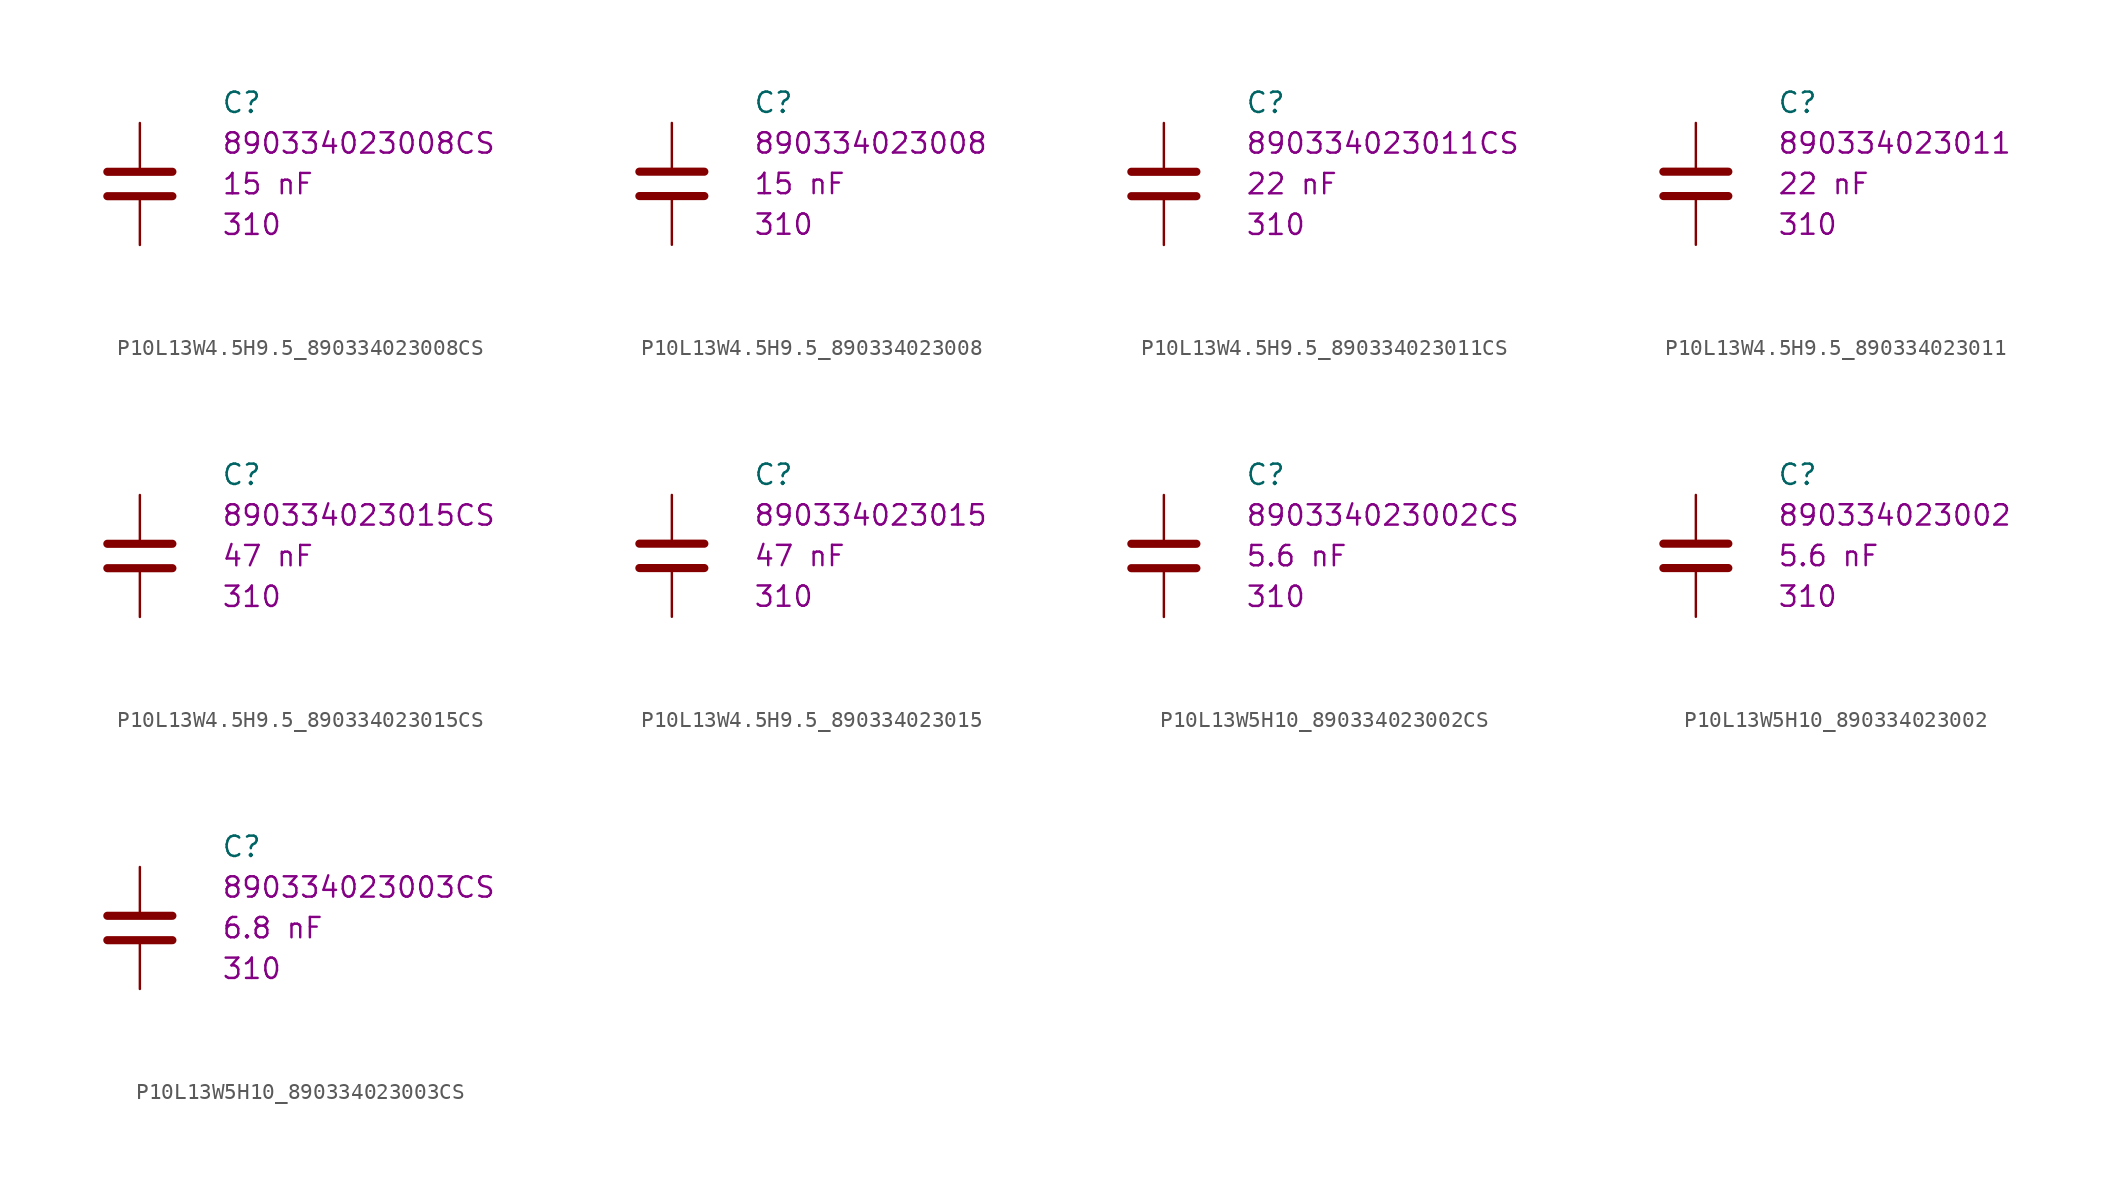
<source format=kicad_sym>
(kicad_symbol_lib
  (version 20220914)
  (generator kicad_symbol_editor)
  (symbol "P10L13W4.5H9.5_890334023008CS"
    (pin_numbers hide)
    (pin_names hide)
    (property "Reference" "C"
      (at 5.08 5.08 0)
      (effects (font (size 1.27 1.27)) (justify left)))
    (property "Part Number" "890334023008CS"
      (at 5.08 2.54 0)
      (effects (font (size 1.27 1.27)) (justify left)))
    (property "Capacitance" "15 nF"
      (at 5.08 0 0)
      (effects (font (size 1.27 1.27)) (justify left)))
    (property "Voltage" "310"
      (at 5.08 -2.54 0)
      (effects (font (size 1.27 1.27)) (justify left)))
    (property "Critical Parameter" ""
      (at 0 -7.62 0)
      (effects (font (size 1.27 1.27))))
    (symbol "P10L13W4.5H9.5_890334023008CS_0_1"
      (polyline (pts (xy -2.032 -0.762) (xy 2.032 -0.762)) (stroke (width 0.508) (type default)) (fill (type none)))
      (polyline (pts (xy -2.032 0.762) (xy 2.032 0.762)) (stroke (width 0.508) (type default)) (fill (type none))))
    (symbol "P10L13W4.5H9.5_890334023008CS_1_1"
      (pin passive line (at 0 3.81 270) (length 2.794) (name "1" (effects (font (size 1.27 1.27)))) (number "1" (effects (font (size 1.27 1.27)))))
      (pin passive line (at 0 -3.81 90) (length 2.794) (name "2" (effects (font (size 1.27 1.27)))) (number "2" (effects (font (size 1.27 1.27)))))))
  (symbol "P10L13W4.5H9.5_890334023008"
    (pin_numbers hide)
    (pin_names hide)
    (property "Reference" "C"
      (at 5.08 5.08 0)
      (effects (font (size 1.27 1.27)) (justify left)))
    (property "Part Number" "890334023008"
      (at 5.08 2.54 0)
      (effects (font (size 1.27 1.27)) (justify left)))
    (property "Capacitance" "15 nF"
      (at 5.08 0 0)
      (effects (font (size 1.27 1.27)) (justify left)))
    (property "Voltage" "310"
      (at 5.08 -2.54 0)
      (effects (font (size 1.27 1.27)) (justify left)))
    (property "Critical Parameter" ""
      (at 0 -7.62 0)
      (effects (font (size 1.27 1.27))))
    (symbol "P10L13W4.5H9.5_890334023008_0_1"
      (polyline (pts (xy -2.032 -0.762) (xy 2.032 -0.762)) (stroke (width 0.508) (type default)) (fill (type none)))
      (polyline (pts (xy -2.032 0.762) (xy 2.032 0.762)) (stroke (width 0.508) (type default)) (fill (type none))))
    (symbol "P10L13W4.5H9.5_890334023008_1_1"
      (pin passive line (at 0 3.81 270) (length 2.794) (name "1" (effects (font (size 1.27 1.27)))) (number "1" (effects (font (size 1.27 1.27)))))
      (pin passive line (at 0 -3.81 90) (length 2.794) (name "2" (effects (font (size 1.27 1.27)))) (number "2" (effects (font (size 1.27 1.27)))))))
  (symbol "P10L13W4.5H9.5_890334023011CS"
    (pin_numbers hide)
    (pin_names hide)
    (property "Reference" "C"
      (at 5.08 5.08 0)
      (effects (font (size 1.27 1.27)) (justify left)))
    (property "Part Number" "890334023011CS"
      (at 5.08 2.54 0)
      (effects (font (size 1.27 1.27)) (justify left)))
    (property "Capacitance" "22 nF"
      (at 5.08 0 0)
      (effects (font (size 1.27 1.27)) (justify left)))
    (property "Voltage" "310"
      (at 5.08 -2.54 0)
      (effects (font (size 1.27 1.27)) (justify left)))
    (property "Critical Parameter" ""
      (at 0 -7.62 0)
      (effects (font (size 1.27 1.27))))
    (symbol "P10L13W4.5H9.5_890334023011CS_0_1"
      (polyline (pts (xy -2.032 -0.762) (xy 2.032 -0.762)) (stroke (width 0.508) (type default)) (fill (type none)))
      (polyline (pts (xy -2.032 0.762) (xy 2.032 0.762)) (stroke (width 0.508) (type default)) (fill (type none))))
    (symbol "P10L13W4.5H9.5_890334023011CS_1_1"
      (pin passive line (at 0 3.81 270) (length 2.794) (name "1" (effects (font (size 1.27 1.27)))) (number "1" (effects (font (size 1.27 1.27)))))
      (pin passive line (at 0 -3.81 90) (length 2.794) (name "2" (effects (font (size 1.27 1.27)))) (number "2" (effects (font (size 1.27 1.27)))))))
  (symbol "P10L13W4.5H9.5_890334023011"
    (pin_numbers hide)
    (pin_names hide)
    (property "Reference" "C"
      (at 5.08 5.08 0)
      (effects (font (size 1.27 1.27)) (justify left)))
    (property "Part Number" "890334023011"
      (at 5.08 2.54 0)
      (effects (font (size 1.27 1.27)) (justify left)))
    (property "Capacitance" "22 nF"
      (at 5.08 0 0)
      (effects (font (size 1.27 1.27)) (justify left)))
    (property "Voltage" "310"
      (at 5.08 -2.54 0)
      (effects (font (size 1.27 1.27)) (justify left)))
    (property "Critical Parameter" ""
      (at 0 -7.62 0)
      (effects (font (size 1.27 1.27))))
    (symbol "P10L13W4.5H9.5_890334023011_0_1"
      (polyline (pts (xy -2.032 -0.762) (xy 2.032 -0.762)) (stroke (width 0.508) (type default)) (fill (type none)))
      (polyline (pts (xy -2.032 0.762) (xy 2.032 0.762)) (stroke (width 0.508) (type default)) (fill (type none))))
    (symbol "P10L13W4.5H9.5_890334023011_1_1"
      (pin passive line (at 0 3.81 270) (length 2.794) (name "1" (effects (font (size 1.27 1.27)))) (number "1" (effects (font (size 1.27 1.27)))))
      (pin passive line (at 0 -3.81 90) (length 2.794) (name "2" (effects (font (size 1.27 1.27)))) (number "2" (effects (font (size 1.27 1.27)))))))
  (symbol "P10L13W4.5H9.5_890334023015CS"
    (pin_numbers hide)
    (pin_names hide)
    (property "Reference" "C"
      (at 5.08 5.08 0)
      (effects (font (size 1.27 1.27)) (justify left)))
    (property "Part Number" "890334023015CS"
      (at 5.08 2.54 0)
      (effects (font (size 1.27 1.27)) (justify left)))
    (property "Capacitance" "47 nF"
      (at 5.08 0 0)
      (effects (font (size 1.27 1.27)) (justify left)))
    (property "Voltage" "310"
      (at 5.08 -2.54 0)
      (effects (font (size 1.27 1.27)) (justify left)))
    (property "Critical Parameter" ""
      (at 0 -7.62 0)
      (effects (font (size 1.27 1.27))))
    (symbol "P10L13W4.5H9.5_890334023015CS_0_1"
      (polyline (pts (xy -2.032 -0.762) (xy 2.032 -0.762)) (stroke (width 0.508) (type default)) (fill (type none)))
      (polyline (pts (xy -2.032 0.762) (xy 2.032 0.762)) (stroke (width 0.508) (type default)) (fill (type none))))
    (symbol "P10L13W4.5H9.5_890334023015CS_1_1"
      (pin passive line (at 0 3.81 270) (length 2.794) (name "1" (effects (font (size 1.27 1.27)))) (number "1" (effects (font (size 1.27 1.27)))))
      (pin passive line (at 0 -3.81 90) (length 2.794) (name "2" (effects (font (size 1.27 1.27)))) (number "2" (effects (font (size 1.27 1.27)))))))
  (symbol "P10L13W4.5H9.5_890334023015"
    (pin_numbers hide)
    (pin_names hide)
    (property "Reference" "C"
      (at 5.08 5.08 0)
      (effects (font (size 1.27 1.27)) (justify left)))
    (property "Part Number" "890334023015"
      (at 5.08 2.54 0)
      (effects (font (size 1.27 1.27)) (justify left)))
    (property "Capacitance" "47 nF"
      (at 5.08 0 0)
      (effects (font (size 1.27 1.27)) (justify left)))
    (property "Voltage" "310"
      (at 5.08 -2.54 0)
      (effects (font (size 1.27 1.27)) (justify left)))
    (property "Critical Parameter" ""
      (at 0 -7.62 0)
      (effects (font (size 1.27 1.27))))
    (symbol "P10L13W4.5H9.5_890334023015_0_1"
      (polyline (pts (xy -2.032 -0.762) (xy 2.032 -0.762)) (stroke (width 0.508) (type default)) (fill (type none)))
      (polyline (pts (xy -2.032 0.762) (xy 2.032 0.762)) (stroke (width 0.508) (type default)) (fill (type none))))
    (symbol "P10L13W4.5H9.5_890334023015_1_1"
      (pin passive line (at 0 3.81 270) (length 2.794) (name "1" (effects (font (size 1.27 1.27)))) (number "1" (effects (font (size 1.27 1.27)))))
      (pin passive line (at 0 -3.81 90) (length 2.794) (name "2" (effects (font (size 1.27 1.27)))) (number "2" (effects (font (size 1.27 1.27)))))))
  (symbol "P10L13W5H10_890334023002CS"
    (pin_numbers hide)
    (pin_names hide)
    (property "Reference" "C"
      (at 5.08 5.08 0)
      (effects (font (size 1.27 1.27)) (justify left)))
    (property "Part Number" "890334023002CS"
      (at 5.08 2.54 0)
      (effects (font (size 1.27 1.27)) (justify left)))
    (property "Capacitance" "5.6 nF"
      (at 5.08 0 0)
      (effects (font (size 1.27 1.27)) (justify left)))
    (property "Voltage" "310"
      (at 5.08 -2.54 0)
      (effects (font (size 1.27 1.27)) (justify left)))
    (property "Critical Parameter" ""
      (at 0 -7.62 0)
      (effects (font (size 1.27 1.27))))
    (symbol "P10L13W5H10_890334023002CS_0_1"
      (polyline (pts (xy -2.032 -0.762) (xy 2.032 -0.762)) (stroke (width 0.508) (type default)) (fill (type none)))
      (polyline (pts (xy -2.032 0.762) (xy 2.032 0.762)) (stroke (width 0.508) (type default)) (fill (type none))))
    (symbol "P10L13W5H10_890334023002CS_1_1"
      (pin passive line (at 0 3.81 270) (length 2.794) (name "1" (effects (font (size 1.27 1.27)))) (number "1" (effects (font (size 1.27 1.27)))))
      (pin passive line (at 0 -3.81 90) (length 2.794) (name "2" (effects (font (size 1.27 1.27)))) (number "2" (effects (font (size 1.27 1.27)))))))
  (symbol "P10L13W5H10_890334023002"
    (pin_numbers hide)
    (pin_names hide)
    (property "Reference" "C"
      (at 5.08 5.08 0)
      (effects (font (size 1.27 1.27)) (justify left)))
    (property "Part Number" "890334023002"
      (at 5.08 2.54 0)
      (effects (font (size 1.27 1.27)) (justify left)))
    (property "Capacitance" "5.6 nF"
      (at 5.08 0 0)
      (effects (font (size 1.27 1.27)) (justify left)))
    (property "Voltage" "310"
      (at 5.08 -2.54 0)
      (effects (font (size 1.27 1.27)) (justify left)))
    (property "Critical Parameter" ""
      (at 0 -7.62 0)
      (effects (font (size 1.27 1.27))))
    (symbol "P10L13W5H10_890334023002_0_1"
      (polyline (pts (xy -2.032 -0.762) (xy 2.032 -0.762)) (stroke (width 0.508) (type default)) (fill (type none)))
      (polyline (pts (xy -2.032 0.762) (xy 2.032 0.762)) (stroke (width 0.508) (type default)) (fill (type none))))
    (symbol "P10L13W5H10_890334023002_1_1"
      (pin passive line (at 0 3.81 270) (length 2.794) (name "1" (effects (font (size 1.27 1.27)))) (number "1" (effects (font (size 1.27 1.27)))))
      (pin passive line (at 0 -3.81 90) (length 2.794) (name "2" (effects (font (size 1.27 1.27)))) (number "2" (effects (font (size 1.27 1.27)))))))
  (symbol "P10L13W5H10_890334023003CS"
    (pin_numbers hide)
    (pin_names hide)
    (property "Reference" "C"
      (at 5.08 5.08 0)
      (effects (font (size 1.27 1.27)) (justify left)))
    (property "Part Number" "890334023003CS"
      (at 5.08 2.54 0)
      (effects (font (size 1.27 1.27)) (justify left)))
    (property "Capacitance" "6.8 nF"
      (at 5.08 0 0)
      (effects (font (size 1.27 1.27)) (justify left)))
    (property "Voltage" "310"
      (at 5.08 -2.54 0)
      (effects (font (size 1.27 1.27)) (justify left)))
    (property "Critical Parameter" ""
      (at 0 -7.62 0)
      (effects (font (size 1.27 1.27))))
    (symbol "P10L13W5H10_890334023003CS_0_1"
      (polyline (pts (xy -2.032 -0.762) (xy 2.032 -0.762)) (stroke (width 0.508) (type default)) (fill (type none)))
      (polyline (pts (xy -2.032 0.762) (xy 2.032 0.762)) (stroke (width 0.508) (type default)) (fill (type none))))
    (symbol "P10L13W5H10_890334023003CS_1_1"
      (pin passive line (at 0 3.81 270) (length 2.794) (name "1" (effects (font (size 1.27 1.27)))) (number "1" (effects (font (size 1.27 1.27)))))
      (pin passive line (at 0 -3.81 90) (length 2.794) (name "2" (effects (font (size 1.27 1.27)))) (number "2" (effects (font (size 1.27 1.27))))))))
</source>
